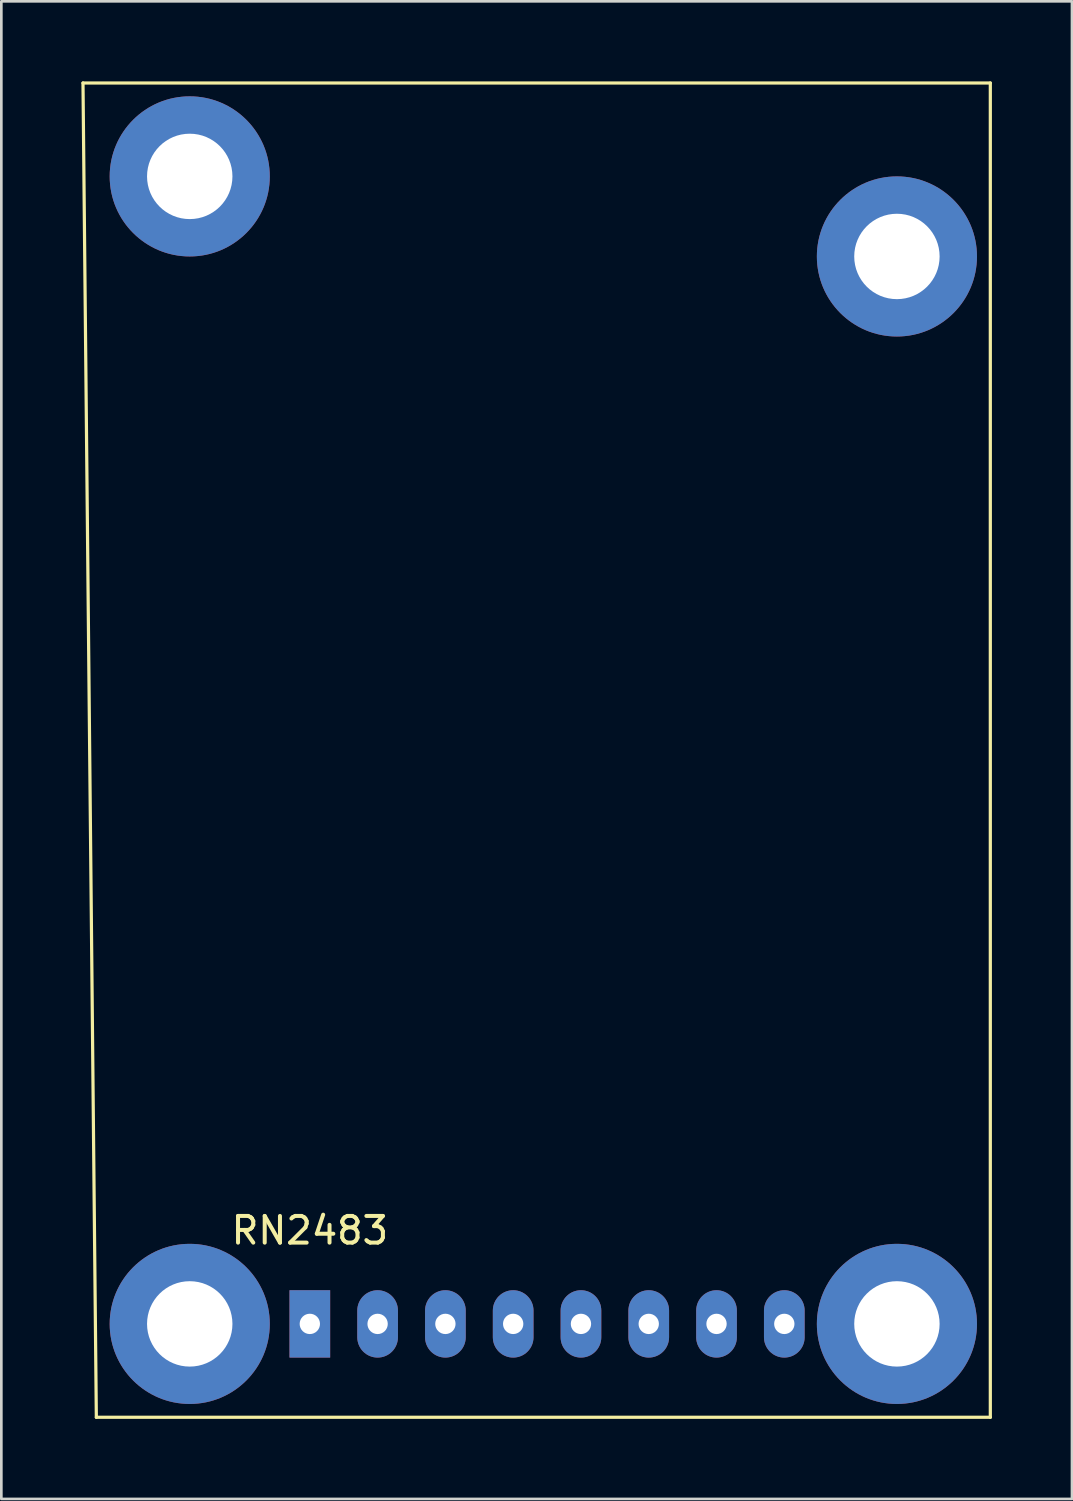
<source format=kicad_pcb>
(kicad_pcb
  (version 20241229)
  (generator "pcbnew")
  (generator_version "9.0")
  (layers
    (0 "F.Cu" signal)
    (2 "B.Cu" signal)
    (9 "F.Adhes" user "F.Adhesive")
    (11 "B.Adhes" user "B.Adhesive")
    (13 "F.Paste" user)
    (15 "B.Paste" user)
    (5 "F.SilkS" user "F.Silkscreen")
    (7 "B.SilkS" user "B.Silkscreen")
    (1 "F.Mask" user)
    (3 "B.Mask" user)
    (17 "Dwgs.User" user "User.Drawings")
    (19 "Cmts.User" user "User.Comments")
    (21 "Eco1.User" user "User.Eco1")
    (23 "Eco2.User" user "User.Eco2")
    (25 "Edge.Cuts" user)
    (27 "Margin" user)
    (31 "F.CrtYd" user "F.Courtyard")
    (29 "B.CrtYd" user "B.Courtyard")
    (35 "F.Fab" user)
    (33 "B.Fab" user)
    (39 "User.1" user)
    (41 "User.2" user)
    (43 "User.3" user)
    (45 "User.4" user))
  (footprint "RN2483"
    (layer "F.Cu")
    (at 8.56 46.56)
    (property "Reference" "RN2483" (at 0 -3.5 0) (layer "F.SilkS") (effects (font (size 1 1) (thickness 0.15))))
    (attr through_hole)
    (fp_line (start -8.5 -46.5) (end 25.5 -46.5) (stroke (width 0.12) (type solid)) (layer "F.SilkS"))
    (fp_line (start -8 3.5) (end -8.5 -46.5) (stroke (width 0.12) (type solid)) (layer "F.SilkS"))
    (fp_line (start 25.5 -46.5) (end 25.5 3.5) (stroke (width 0.12) (type solid)) (layer "F.SilkS"))
    (fp_line (start 25.5 3.5) (end -8 3.5) (stroke (width 0.12) (type solid)) (layer "F.SilkS"))
    (pad "" np_thru_hole circle (at -4.5 -43) (size 6 6) (drill 3.2) (layers "*.Cu" "*.Mask"))
    (pad "" np_thru_hole circle (at -4.5 0) (size 6 6) (drill 3.2) (layers "*.Cu" "*.Mask"))
    (pad "" np_thru_hole circle (at 22 -40) (size 6 6) (drill 3.2) (layers "*.Cu" "*.Mask"))
    (pad "" np_thru_hole circle (at 22 0) (size 6 6) (drill 3.2) (layers "*.Cu" "*.Mask"))
    (pad "1" thru_hole rect (at 0 0) (size 1.524 2.524) (drill 0.762) (layers "*.Cu" "*.Mask"))
    (pad "2" thru_hole oval (at 2.54 0) (size 1.524 2.524) (drill 0.762) (layers "*.Cu" "*.Mask"))
    (pad "3" thru_hole oval (at 5.08 0) (size 1.524 2.524) (drill 0.762) (layers "*.Cu" "*.Mask"))
    (pad "4" thru_hole oval (at 7.62 0) (size 1.524 2.524) (drill 0.762) (layers "*.Cu" "*.Mask"))
    (pad "5" thru_hole oval (at 10.16 0) (size 1.524 2.524) (drill 0.762) (layers "*.Cu" "*.Mask"))
    (pad "6" thru_hole oval (at 12.7 0) (size 1.524 2.524) (drill 0.762) (layers "*.Cu" "*.Mask"))
    (pad "7" thru_hole oval (at 15.24 0) (size 1.524 2.524) (drill 0.762) (layers "*.Cu" "*.Mask"))
    (pad "8" thru_hole oval (at 17.78 0) (size 1.524 2.524) (drill 0.762) (layers "*.Cu" "*.Mask")))
  (gr_rect
    (start -3 -3)
    (end 37.12 53.12)
    (stroke (width 0.1) (type default))
    (fill no)
    (layer "Edge.Cuts")))
</source>
